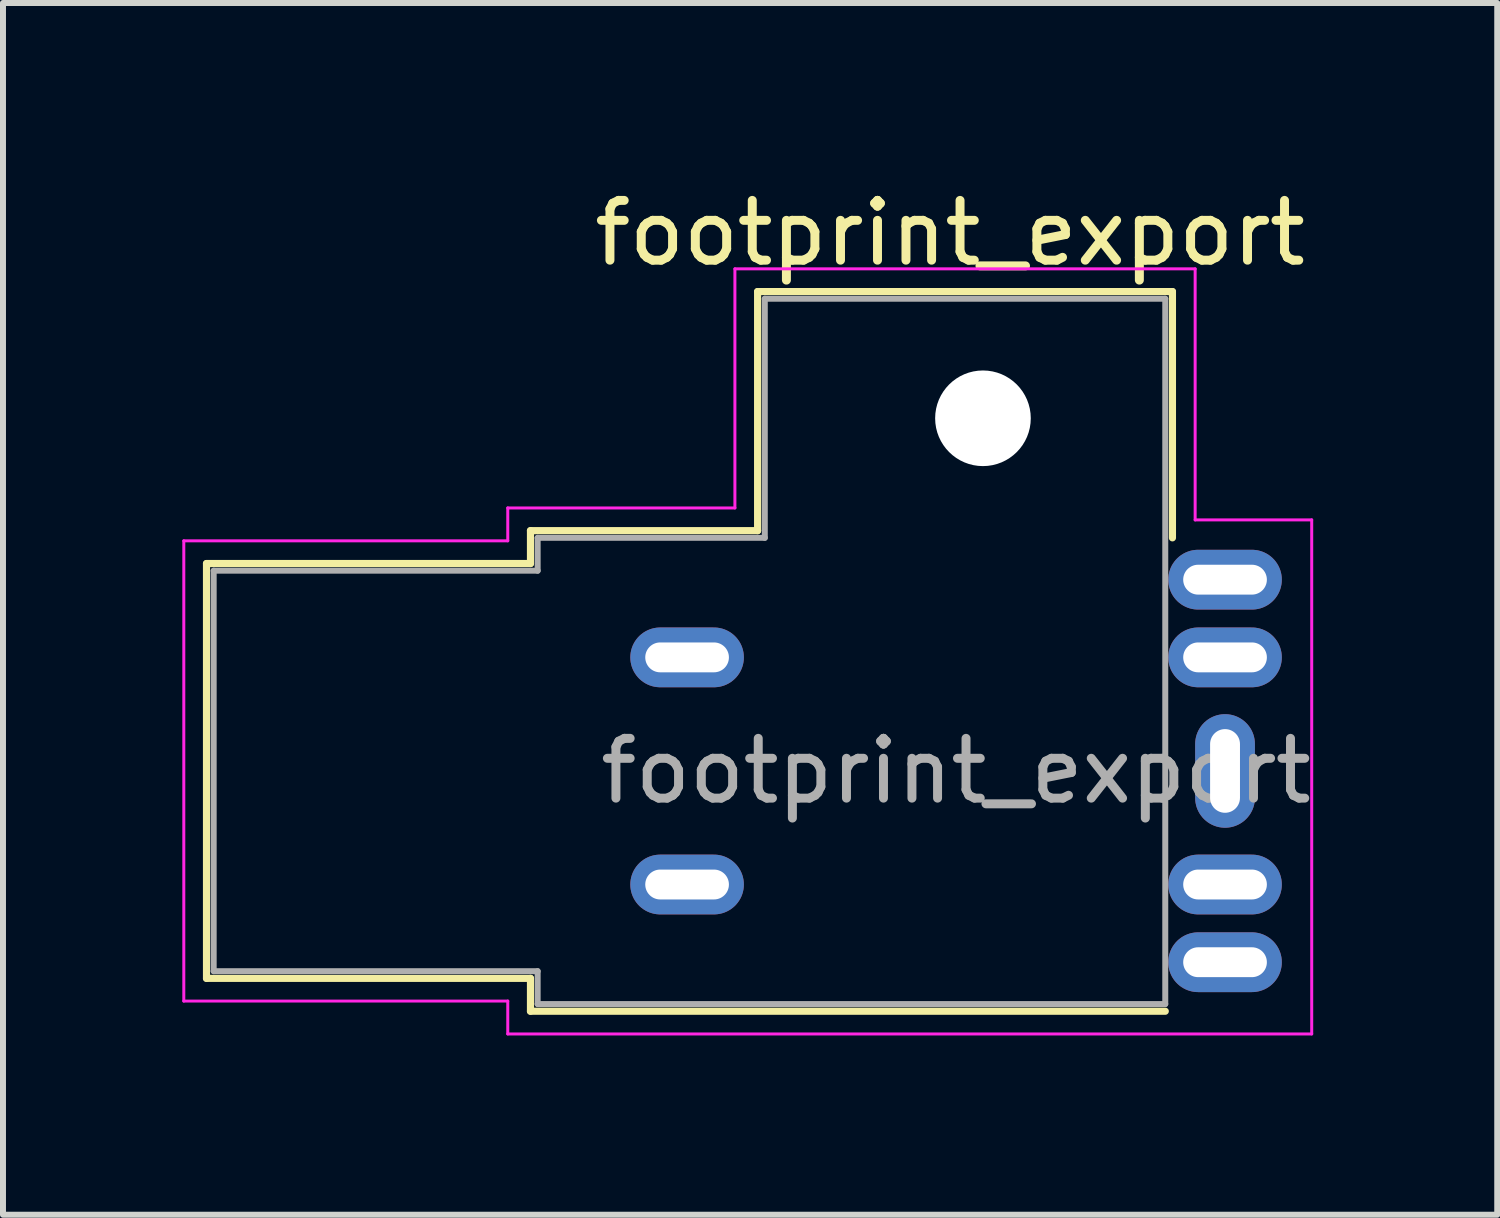
<source format=kicad_pcb>
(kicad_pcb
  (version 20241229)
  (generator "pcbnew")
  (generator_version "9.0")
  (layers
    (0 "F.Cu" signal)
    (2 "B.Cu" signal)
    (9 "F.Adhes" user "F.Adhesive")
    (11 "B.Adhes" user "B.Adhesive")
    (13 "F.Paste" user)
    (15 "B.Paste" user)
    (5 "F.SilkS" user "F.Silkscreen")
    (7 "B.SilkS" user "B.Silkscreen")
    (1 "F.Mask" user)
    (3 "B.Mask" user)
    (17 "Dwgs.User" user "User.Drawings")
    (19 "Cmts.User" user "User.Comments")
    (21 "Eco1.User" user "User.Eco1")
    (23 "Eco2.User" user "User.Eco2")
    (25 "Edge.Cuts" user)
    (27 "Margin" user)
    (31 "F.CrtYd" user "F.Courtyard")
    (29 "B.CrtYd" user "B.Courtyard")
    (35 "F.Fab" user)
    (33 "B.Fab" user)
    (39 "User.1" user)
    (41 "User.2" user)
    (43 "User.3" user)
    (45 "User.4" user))
  (footprint "footprint_export"
    (layer "F.Cu")
    (at 17.445 11.748)
    (property "Reference" "footprint_export" (at -4.6 -10.9 0) (layer "F.SilkS") (effects (font (size 1 1) (thickness 0.15))))
    (attr through_hole)
    (fp_line (start -17.04 -5.37) (end -17.04 1.57) (stroke (width 0.12) (type solid)) (layer "F.SilkS"))
    (fp_line (start -17.04 1.57) (end -11.62 1.57) (stroke (width 0.12) (type solid)) (layer "F.SilkS"))
    (fp_line (start -11.62 -5.92) (end -11.62 -5.37) (stroke (width 0.12) (type solid)) (layer "F.SilkS"))
    (fp_line (start -11.62 -5.37) (end -17.04 -5.37) (stroke (width 0.12) (type solid)) (layer "F.SilkS"))
    (fp_line (start -11.62 1.57) (end -11.62 2.12) (stroke (width 0.12) (type solid)) (layer "F.SilkS"))
    (fp_line (start -11.62 2.12) (end -1 2.12) (stroke (width 0.12) (type solid)) (layer "F.SilkS"))
    (fp_line (start -7.82 -9.92) (end -7.82 -5.92) (stroke (width 0.12) (type solid)) (layer "F.SilkS"))
    (fp_line (start -7.82 -5.92) (end -11.62 -5.92) (stroke (width 0.12) (type solid)) (layer "F.SilkS"))
    (fp_line (start -0.88 -9.92) (end -7.82 -9.92) (stroke (width 0.12) (type solid)) (layer "F.SilkS"))
    (fp_line (start -0.88 -5.8) (end -0.88 -9.92) (stroke (width 0.12) (type solid)) (layer "F.SilkS"))
    (fp_line (start -17.42 -5.75) (end -12 -5.75) (stroke (width 0.05) (type solid)) (layer "F.CrtYd"))
    (fp_line (start -17.42 1.95) (end -17.42 -5.75) (stroke (width 0.05) (type solid)) (layer "F.CrtYd"))
    (fp_line (start -12 -6.3) (end -8.2 -6.3) (stroke (width 0.05) (type solid)) (layer "F.CrtYd"))
    (fp_line (start -12 -5.75) (end -12 -6.3) (stroke (width 0.05) (type solid)) (layer "F.CrtYd"))
    (fp_line (start -12 1.95) (end -17.42 1.95) (stroke (width 0.05) (type solid)) (layer "F.CrtYd"))
    (fp_line (start -12 1.95) (end -12 2.5) (stroke (width 0.05) (type solid)) (layer "F.CrtYd"))
    (fp_line (start -8.2 -10.3) (end -8.2 -6.3) (stroke (width 0.05) (type solid)) (layer "F.CrtYd"))
    (fp_line (start -8.2 -10.3) (end -0.5 -10.3) (stroke (width 0.05) (type solid)) (layer "F.CrtYd"))
    (fp_line (start -0.5 -10.3) (end -0.5 -6.1) (stroke (width 0.05) (type solid)) (layer "F.CrtYd"))
    (fp_line (start -0.5 -6.1) (end 1.45 -6.1) (stroke (width 0.05) (type solid)) (layer "F.CrtYd"))
    (fp_line (start 1.45 -6.1) (end 1.45 2.5) (stroke (width 0.05) (type solid)) (layer "F.CrtYd"))
    (fp_line (start 1.45 2.5) (end -12 2.5) (stroke (width 0.05) (type solid)) (layer "F.CrtYd"))
    (fp_line (start -16.92 -5.25) (end -16.92 1.45) (stroke (width 0.1) (type solid)) (layer "F.Fab"))
    (fp_line (start -16.92 1.45) (end -11.5 1.45) (stroke (width 0.1) (type solid)) (layer "F.Fab"))
    (fp_line (start -11.5 -5.8) (end -11.5 -5.25) (stroke (width 0.1) (type solid)) (layer "F.Fab"))
    (fp_line (start -11.5 -5.25) (end -16.92 -5.25) (stroke (width 0.1) (type solid)) (layer "F.Fab"))
    (fp_line (start -11.5 1.45) (end -11.5 2) (stroke (width 0.1) (type solid)) (layer "F.Fab"))
    (fp_line (start -11.5 2) (end -1 2) (stroke (width 0.1) (type solid)) (layer "F.Fab"))
    (fp_line (start -7.7 -9.8) (end -7.7 -5.8) (stroke (width 0.1) (type solid)) (layer "F.Fab"))
    (fp_line (start -7.7 -5.8) (end -11.5 -5.8) (stroke (width 0.1) (type solid)) (layer "F.Fab"))
    (fp_line (start -1 -9.8) (end -7.7 -9.8) (stroke (width 0.1) (type solid)) (layer "F.Fab"))
    (fp_line (start -1 2) (end -1 -9.8) (stroke (width 0.1) (type solid)) (layer "F.Fab"))
    (fp_text user "${REFERENCE}" (at -4.5 -1.9 0) (layer "F.Fab") (effects (font (size 1 1) (thickness 0.15))))
    (pad "" thru_hole oval (at -9 -3.8) (size 1.9 1) (drill oval 1.4 0.5) (layers "*.Cu" "*.Mask"))
    (pad "" thru_hole oval (at -9 0) (size 1.9 1) (drill oval 1.4 0.5) (layers "*.Cu" "*.Mask"))
    (pad "" np_thru_hole circle (at -4.05 -7.8) (size 1.6 1.6) (drill 1.6) (layers "*.Cu" "*.Mask"))
    (pad "R1" thru_hole oval (at 0 -1.9) (size 1 1.9) (drill oval 0.5 1.4) (layers "*.Cu" "*.Mask"))
    (pad "R2" thru_hole oval (at 0 -5.1) (size 1.9 1) (drill oval 1.4 0.5) (layers "*.Cu" "*.Mask"))
    (pad "S" thru_hole oval (at 0 1.3) (size 1.9 1) (drill oval 1.4 0.5) (layers "*.Cu" "*.Mask"))
    (pad "T" thru_hole oval (at 0 -3.8) (size 1.9 1) (drill oval 1.4 0.5) (layers "*.Cu" "*.Mask"))
    (pad "T" thru_hole oval (at 0 0) (size 1.9 1) (drill oval 1.4 0.5) (layers "*.Cu" "*.Mask")))
  (gr_rect
    (start -3 -3)
    (end 21.999 17.273)
    (stroke (width 0.1) (type default))
    (fill no)
    (layer "Edge.Cuts")))
</source>
